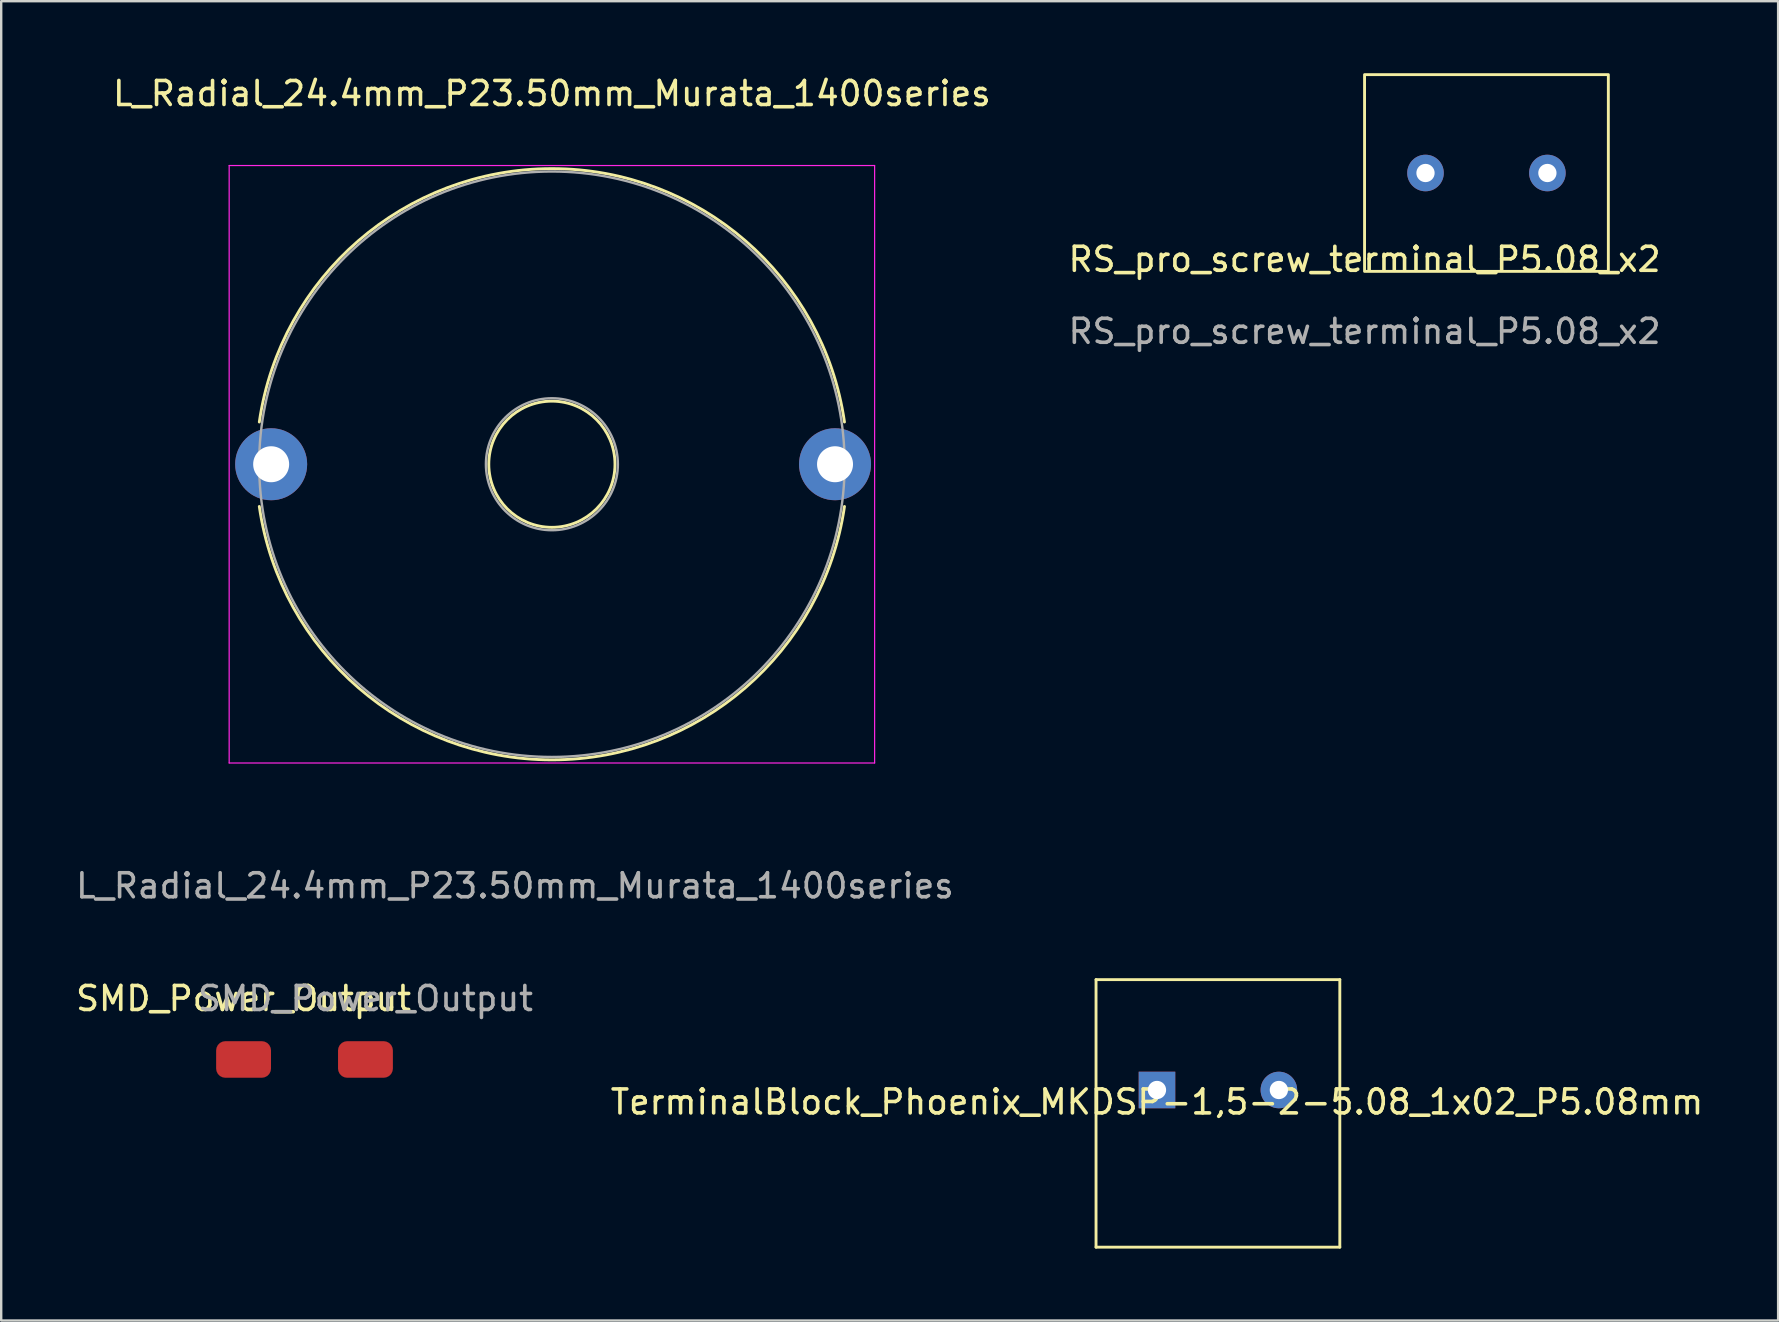
<source format=kicad_pcb>
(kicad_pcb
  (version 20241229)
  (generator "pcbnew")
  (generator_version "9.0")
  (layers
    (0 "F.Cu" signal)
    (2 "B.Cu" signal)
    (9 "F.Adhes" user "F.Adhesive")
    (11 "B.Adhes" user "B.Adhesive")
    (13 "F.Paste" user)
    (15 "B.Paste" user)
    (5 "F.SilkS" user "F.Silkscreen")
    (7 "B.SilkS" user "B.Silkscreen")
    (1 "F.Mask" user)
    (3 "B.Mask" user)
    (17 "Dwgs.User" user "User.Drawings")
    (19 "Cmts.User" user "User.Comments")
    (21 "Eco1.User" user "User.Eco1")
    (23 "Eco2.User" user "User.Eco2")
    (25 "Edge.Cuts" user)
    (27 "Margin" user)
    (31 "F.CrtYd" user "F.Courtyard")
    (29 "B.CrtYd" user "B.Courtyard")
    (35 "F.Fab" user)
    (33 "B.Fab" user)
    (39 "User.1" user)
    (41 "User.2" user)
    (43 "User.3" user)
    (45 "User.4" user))
  (footprint "TerminalBlock_Phoenix_MKDSP-1,5-2-5.08_1x02_P5.08mm"
    (layer "F.Cu")
    (at 45.169 42.377)
    (property "Reference" "TerminalBlock_Phoenix_MKDSP-1,5-2-5.08_1x02_P5.08mm" (at 0 0.5 0) (layer "F.SilkS") (effects (font (size 1 1) (thickness 0.15))))
    (attr through_hole)
    (fp_line (start -2.54 -4.6) (end -2.54 6.55) (stroke (width 0.12) (type solid)) (layer "F.SilkS"))
    (fp_line (start -2.54 6.55) (end 7.62 6.55) (stroke (width 0.12) (type solid)) (layer "F.SilkS"))
    (fp_line (start 7.62 -4.6) (end -2.54 -4.6) (stroke (width 0.12) (type solid)) (layer "F.SilkS"))
    (fp_line (start 7.62 -4.6) (end 7.62 6.55) (stroke (width 0.12) (type solid)) (layer "F.SilkS"))
    (pad "1" thru_hole rect (at 0 0) (size 1.524 1.524) (drill 0.762) (layers "*.Cu" "*.Mask"))
    (pad "2" thru_hole circle (at 5.08 0) (size 1.524 1.524) (drill 0.762) (layers "*.Cu" "*.Mask")))
  (footprint "SMD_Power_Output"
    (layer "F.Cu")
    (at 9.641 41.105)
    (property "Reference" "SMD_Power_Output" (at -2.54 -2.54 0) (unlocked yes) (layer "F.SilkS") (effects (font (size 1 1) (thickness 0.15))))
    (attr smd)
    (fp_text user "${REFERENCE}" (at 2.54 -2.54 0) (unlocked yes) (layer "F.Fab") (effects (font (size 1 1) (thickness 0.15))))
    (pad "1" smd roundrect (at -2.54 0) (size 2.286 1.524) (layers "F.Cu" "F.Mask" "F.Paste") (roundrect_rratio 0.25))
    (pad "2" smd roundrect (at 2.54 0) (size 2.286 1.524) (layers "F.Cu" "F.Mask" "F.Paste") (roundrect_rratio 0.25)))
  (footprint "RS_pro_screw_terminal_P5.08_x2"
    (layer "F.Cu")
    (at 53.82 8.26)
    (property "Reference" "RS_pro_screw_terminal_P5.08_x2" (at 0 -0.5 0) (unlocked yes) (layer "F.SilkS") (effects (font (size 1 1) (thickness 0.15))))
    (attr through_hole)
    (fp_rect (start 0 0) (end 10.16 -8.2) (stroke (width 0.12) (type solid)) (fill no) (layer "F.SilkS"))
    (fp_text user "${REFERENCE}" (at 0 2.5 0) (unlocked yes) (layer "F.Fab") (effects (font (size 1 1) (thickness 0.15))))
    (pad "1" thru_hole circle (at 2.54 -4.1) (size 1.524 1.524) (drill 0.762) (layers "*.Cu" "*.Mask"))
    (pad "2" thru_hole circle (at 7.62 -4.1) (size 1.524 1.524) (drill 0.762) (layers "*.Cu" "*.Mask")))
  (footprint "L_Radial_24.4mm_P23.50mm_Murata_1400series"
    (layer "F.Cu")
    (at 8.251 16.088)
    (property "Reference" "L_Radial_24.4mm_P23.50mm_Murata_1400series" (at 11.7 -15.24 0) (unlocked yes) (layer "F.SilkS") (effects (font (size 1 1) (thickness 0.15))))
    (attr through_hole)
    (fp_arc (start -0.493638 -1.55) (mid 11.7 -12.11) (end 23.893638 -1.55) (stroke (width 0.12) (type solid)) (layer "F.SilkS"))
    (fp_arc (start 23.893638 1.97) (mid 11.7 12.53) (end -0.493638 1.97) (stroke (width 0.12) (type solid)) (layer "F.SilkS"))
    (fp_circle (center 11.7 0.21) (end 14.33 0.21) (stroke (width 0.12) (type solid)) (fill no) (layer "F.SilkS"))
    (fp_line (start -1.75 -12.24) (end -1.75 12.66) (stroke (width 0.05) (type solid)) (layer "F.CrtYd"))
    (fp_line (start -1.75 12.66) (end 25.15 12.66) (stroke (width 0.05) (type solid)) (layer "F.CrtYd"))
    (fp_line (start 25.15 -12.24) (end -1.75 -12.24) (stroke (width 0.05) (type solid)) (layer "F.CrtYd"))
    (fp_line (start 25.15 12.66) (end 25.15 -12.24) (stroke (width 0.05) (type solid)) (layer "F.CrtYd"))
    (fp_circle (center 11.7 0.21) (end 14.45 0.21) (stroke (width 0.1) (type solid)) (fill no) (layer "F.Fab"))
    (fp_circle (center 11.7 0.21) (end 23.9 0.21) (stroke (width 0.1) (type solid)) (fill no) (layer "F.Fab"))
    (fp_text user "${REFERENCE}" (at 10.16 17.78 0) (unlocked yes) (layer "F.Fab") (effects (font (size 1 1) (thickness 0.15))))
    (pad "1" thru_hole circle (at 0 0.21) (size 3 3) (drill 1.5) (layers "*.Cu" "*.Mask"))
    (pad "2" thru_hole circle (at 23.5 0.21) (size 3 3) (drill 1.5) (layers "*.Cu" "*.Mask")))
  (gr_rect
    (start -3 -3)
    (end 71.056 51.986)
    (stroke (width 0.1) (type default))
    (fill no)
    (layer "Edge.Cuts")))
</source>
